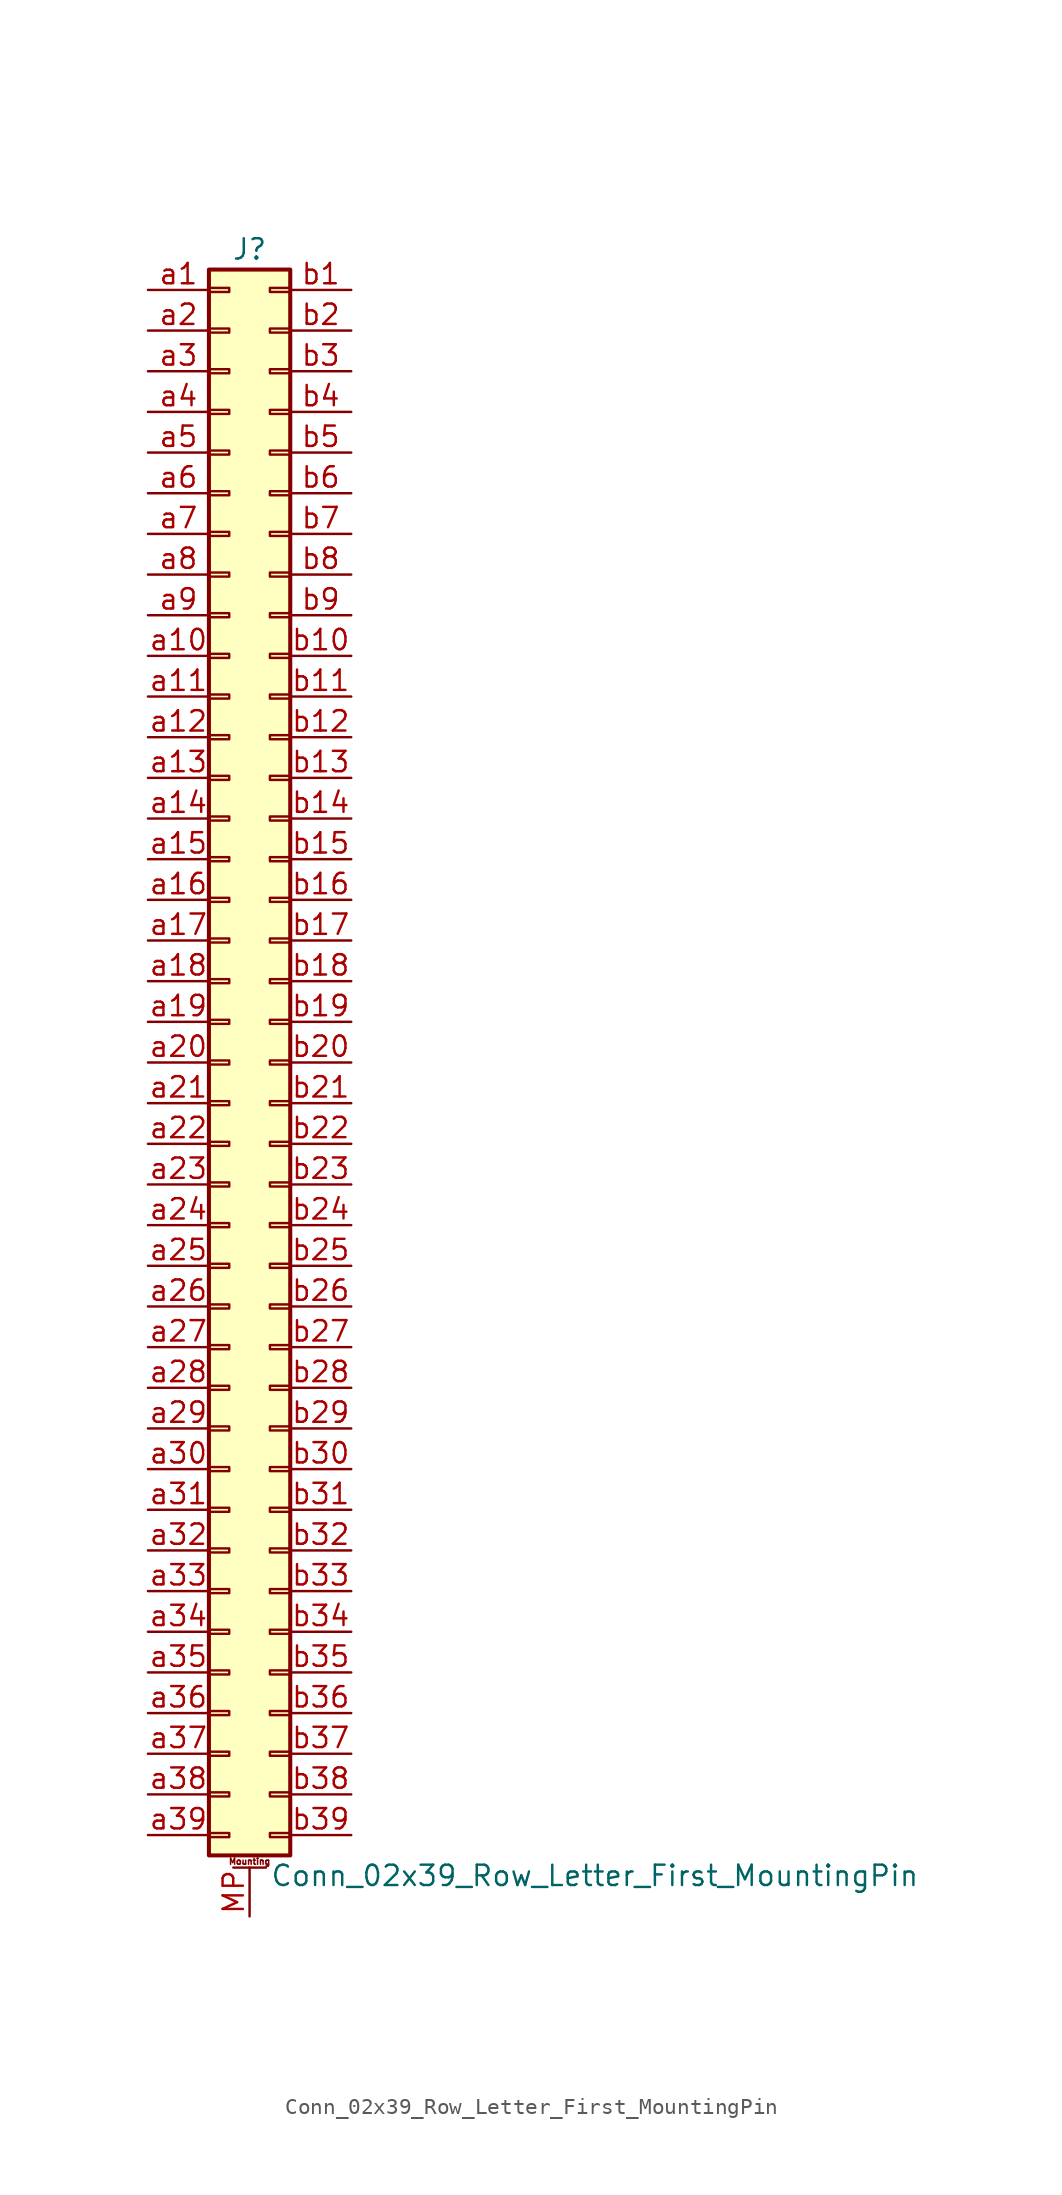
<source format=kicad_sym>
(kicad_symbol_lib
  (version 20201005)
  (generator kicad_symbol_editor)
  (symbol "Connector_Generic_MountingPin:Conn_02x39_Row_Letter_First_MountingPin"
    (pin_names
      (offset 1.016) hide)
    (property "Reference" "J"
      (at 1.27 50.8 0)
      (effects (font (size 1.27 1.27))))
    (property "Value" "Conn_02x39_Row_Letter_First_MountingPin"
      (at 2.54 -50.8 0)
      (effects (font (size 1.27 1.27)) (justify left)))
    (symbol "Conn_02x39_Row_Letter_First_MountingPin_1_1"
      (text "Mounting" (at 1.27 -49.911 0) (effects (font (size 0.381 0.381))))
      (rectangle (start -1.27 -27.813) (end 0 -28.067) (stroke (width 0.152)) (fill (type none)))
      (rectangle (start -1.27 -30.353) (end 0 -30.607) (stroke (width 0.152)) (fill (type none)))
      (rectangle (start -1.27 -32.893) (end 0 -33.147) (stroke (width 0.152)) (fill (type none)))
      (rectangle (start -1.27 -35.433) (end 0 -35.687) (stroke (width 0.152)) (fill (type none)))
      (rectangle (start -1.27 -37.973) (end 0 -38.227) (stroke (width 0.152)) (fill (type none)))
      (rectangle (start -1.27 -40.513) (end 0 -40.767) (stroke (width 0.152)) (fill (type none)))
      (rectangle (start -1.27 -43.053) (end 0 -43.307) (stroke (width 0.152)) (fill (type none)))
      (rectangle (start -1.27 -45.593) (end 0 -45.847) (stroke (width 0.152)) (fill (type none)))
      (rectangle (start -1.27 -48.133) (end 0 -48.387) (stroke (width 0.152)) (fill (type none)))
      (rectangle (start -1.27 -4.953) (end 0 -5.207) (stroke (width 0.152)) (fill (type none)))
      (rectangle (start -1.27 -7.493) (end 0 -7.747) (stroke (width 0.152)) (fill (type none)))
      (rectangle (start -1.27 -10.033) (end 0 -10.287) (stroke (width 0.152)) (fill (type none)))
      (rectangle (start -1.27 -12.573) (end 0 -12.827) (stroke (width 0.152)) (fill (type none)))
      (rectangle (start -1.27 -15.113) (end 0 -15.367) (stroke (width 0.152)) (fill (type none)))
      (rectangle (start -1.27 -17.653) (end 0 -17.907) (stroke (width 0.152)) (fill (type none)))
      (rectangle (start -1.27 -20.193) (end 0 -20.447) (stroke (width 0.152)) (fill (type none)))
      (rectangle (start -1.27 -22.733) (end 0 -22.987) (stroke (width 0.152)) (fill (type none)))
      (rectangle (start -1.27 -2.413) (end 0 -2.667) (stroke (width 0.152)) (fill (type none)))
      (rectangle (start -1.27 -25.273) (end 0 -25.527) (stroke (width 0.152)) (fill (type none)))
      (rectangle (start -1.27 25.527) (end 0 25.273) (stroke (width 0.152)) (fill (type none)))
      (rectangle (start -1.27 2.667) (end 0 2.413) (stroke (width 0.152)) (fill (type none)))
      (rectangle (start -1.27 28.067) (end 0 27.813) (stroke (width 0.152)) (fill (type none)))
      (rectangle (start -1.27 30.607) (end 0 30.353) (stroke (width 0.152)) (fill (type none)))
      (rectangle (start -1.27 33.147) (end 0 32.893) (stroke (width 0.152)) (fill (type none)))
      (rectangle (start -1.27 35.687) (end 0 35.433) (stroke (width 0.152)) (fill (type none)))
      (rectangle (start -1.27 38.227) (end 0 37.973) (stroke (width 0.152)) (fill (type none)))
      (rectangle (start -1.27 40.767) (end 0 40.513) (stroke (width 0.152)) (fill (type none)))
      (rectangle (start -1.27 43.307) (end 0 43.053) (stroke (width 0.152)) (fill (type none)))
      (rectangle (start -1.27 45.847) (end 0 45.593) (stroke (width 0.152)) (fill (type none)))
      (rectangle (start -1.27 48.387) (end 0 48.133) (stroke (width 0.152)) (fill (type none)))
      (rectangle (start -1.27 49.53) (end 3.81 -49.53) (stroke (width 0.254)) (fill (type background)))
      (rectangle (start -1.27 5.207) (end 0 4.953) (stroke (width 0.152)) (fill (type none)))
      (rectangle (start -1.27 7.747) (end 0 7.493) (stroke (width 0.152)) (fill (type none)))
      (rectangle (start -1.27 10.287) (end 0 10.033) (stroke (width 0.152)) (fill (type none)))
      (rectangle (start -1.27 0.127) (end 0 -0.127) (stroke (width 0.152)) (fill (type none)))
      (rectangle (start -1.27 12.827) (end 0 12.573) (stroke (width 0.152)) (fill (type none)))
      (rectangle (start -1.27 15.367) (end 0 15.113) (stroke (width 0.152)) (fill (type none)))
      (rectangle (start -1.27 17.907) (end 0 17.653) (stroke (width 0.152)) (fill (type none)))
      (rectangle (start -1.27 20.447) (end 0 20.193) (stroke (width 0.152)) (fill (type none)))
      (rectangle (start -1.27 22.987) (end 0 22.733) (stroke (width 0.152)) (fill (type none)))
      (rectangle (start 3.81 -27.813) (end 2.54 -28.067) (stroke (width 0.152)) (fill (type none)))
      (rectangle (start 3.81 -30.353) (end 2.54 -30.607) (stroke (width 0.152)) (fill (type none)))
      (rectangle (start 3.81 -32.893) (end 2.54 -33.147) (stroke (width 0.152)) (fill (type none)))
      (rectangle (start 3.81 -35.433) (end 2.54 -35.687) (stroke (width 0.152)) (fill (type none)))
      (rectangle (start 3.81 -37.973) (end 2.54 -38.227) (stroke (width 0.152)) (fill (type none)))
      (rectangle (start 3.81 -40.513) (end 2.54 -40.767) (stroke (width 0.152)) (fill (type none)))
      (rectangle (start 3.81 -43.053) (end 2.54 -43.307) (stroke (width 0.152)) (fill (type none)))
      (rectangle (start 3.81 -45.593) (end 2.54 -45.847) (stroke (width 0.152)) (fill (type none)))
      (rectangle (start 3.81 -48.133) (end 2.54 -48.387) (stroke (width 0.152)) (fill (type none)))
      (rectangle (start 3.81 -4.953) (end 2.54 -5.207) (stroke (width 0.152)) (fill (type none)))
      (rectangle (start 3.81 -7.493) (end 2.54 -7.747) (stroke (width 0.152)) (fill (type none)))
      (rectangle (start 3.81 -10.033) (end 2.54 -10.287) (stroke (width 0.152)) (fill (type none)))
      (rectangle (start 3.81 -12.573) (end 2.54 -12.827) (stroke (width 0.152)) (fill (type none)))
      (rectangle (start 3.81 -15.113) (end 2.54 -15.367) (stroke (width 0.152)) (fill (type none)))
      (rectangle (start 3.81 -17.653) (end 2.54 -17.907) (stroke (width 0.152)) (fill (type none)))
      (rectangle (start 3.81 -20.193) (end 2.54 -20.447) (stroke (width 0.152)) (fill (type none)))
      (rectangle (start 3.81 -22.733) (end 2.54 -22.987) (stroke (width 0.152)) (fill (type none)))
      (rectangle (start 3.81 -2.413) (end 2.54 -2.667) (stroke (width 0.152)) (fill (type none)))
      (rectangle (start 3.81 -25.273) (end 2.54 -25.527) (stroke (width 0.152)) (fill (type none)))
      (rectangle (start 3.81 25.527) (end 2.54 25.273) (stroke (width 0.152)) (fill (type none)))
      (rectangle (start 3.81 2.667) (end 2.54 2.413) (stroke (width 0.152)) (fill (type none)))
      (rectangle (start 3.81 28.067) (end 2.54 27.813) (stroke (width 0.152)) (fill (type none)))
      (rectangle (start 3.81 30.607) (end 2.54 30.353) (stroke (width 0.152)) (fill (type none)))
      (rectangle (start 3.81 33.147) (end 2.54 32.893) (stroke (width 0.152)) (fill (type none)))
      (rectangle (start 3.81 35.687) (end 2.54 35.433) (stroke (width 0.152)) (fill (type none)))
      (rectangle (start 3.81 38.227) (end 2.54 37.973) (stroke (width 0.152)) (fill (type none)))
      (rectangle (start 3.81 40.767) (end 2.54 40.513) (stroke (width 0.152)) (fill (type none)))
      (rectangle (start 3.81 43.307) (end 2.54 43.053) (stroke (width 0.152)) (fill (type none)))
      (rectangle (start 3.81 45.847) (end 2.54 45.593) (stroke (width 0.152)) (fill (type none)))
      (rectangle (start 3.81 48.387) (end 2.54 48.133) (stroke (width 0.152)) (fill (type none)))
      (rectangle (start 3.81 5.207) (end 2.54 4.953) (stroke (width 0.152)) (fill (type none)))
      (rectangle (start 3.81 7.747) (end 2.54 7.493) (stroke (width 0.152)) (fill (type none)))
      (rectangle (start 3.81 10.287) (end 2.54 10.033) (stroke (width 0.152)) (fill (type none)))
      (rectangle (start 3.81 0.127) (end 2.54 -0.127) (stroke (width 0.152)) (fill (type none)))
      (rectangle (start 3.81 12.827) (end 2.54 12.573) (stroke (width 0.152)) (fill (type none)))
      (rectangle (start 3.81 15.367) (end 2.54 15.113) (stroke (width 0.152)) (fill (type none)))
      (rectangle (start 3.81 17.907) (end 2.54 17.653) (stroke (width 0.152)) (fill (type none)))
      (rectangle (start 3.81 20.447) (end 2.54 20.193) (stroke (width 0.152)) (fill (type none)))
      (rectangle (start 3.81 22.987) (end 2.54 22.733) (stroke (width 0.152)) (fill (type none)))
      (polyline (pts (xy 0.254 -50.292) (xy 2.286 -50.292)) (stroke (width 0.152)) (fill (type none)))
      (pin passive line (at 1.27 -53.34 90) (length 3.048) (name "MountPin" (effects (font (size 1.27 1.27)))) (number "MP" (effects (font (size 1.27 1.27)))))
      (pin passive line (at -5.08 48.26 0) (length 3.81) (name "Pin_a1" (effects (font (size 1.27 1.27)))) (number "a1" (effects (font (size 1.27 1.27)))))
      (pin passive line (at -5.08 25.4 0) (length 3.81) (name "Pin_a10" (effects (font (size 1.27 1.27)))) (number "a10" (effects (font (size 1.27 1.27)))))
      (pin passive line (at -5.08 22.86 0) (length 3.81) (name "Pin_a11" (effects (font (size 1.27 1.27)))) (number "a11" (effects (font (size 1.27 1.27)))))
      (pin passive line (at -5.08 20.32 0) (length 3.81) (name "Pin_a12" (effects (font (size 1.27 1.27)))) (number "a12" (effects (font (size 1.27 1.27)))))
      (pin passive line (at -5.08 17.78 0) (length 3.81) (name "Pin_a13" (effects (font (size 1.27 1.27)))) (number "a13" (effects (font (size 1.27 1.27)))))
      (pin passive line (at -5.08 15.24 0) (length 3.81) (name "Pin_a14" (effects (font (size 1.27 1.27)))) (number "a14" (effects (font (size 1.27 1.27)))))
      (pin passive line (at -5.08 12.7 0) (length 3.81) (name "Pin_a15" (effects (font (size 1.27 1.27)))) (number "a15" (effects (font (size 1.27 1.27)))))
      (pin passive line (at -5.08 10.16 0) (length 3.81) (name "Pin_a16" (effects (font (size 1.27 1.27)))) (number "a16" (effects (font (size 1.27 1.27)))))
      (pin passive line (at -5.08 7.62 0) (length 3.81) (name "Pin_a17" (effects (font (size 1.27 1.27)))) (number "a17" (effects (font (size 1.27 1.27)))))
      (pin passive line (at -5.08 5.08 0) (length 3.81) (name "Pin_a18" (effects (font (size 1.27 1.27)))) (number "a18" (effects (font (size 1.27 1.27)))))
      (pin passive line (at -5.08 2.54 0) (length 3.81) (name "Pin_a19" (effects (font (size 1.27 1.27)))) (number "a19" (effects (font (size 1.27 1.27)))))
      (pin passive line (at -5.08 45.72 0) (length 3.81) (name "Pin_a2" (effects (font (size 1.27 1.27)))) (number "a2" (effects (font (size 1.27 1.27)))))
      (pin passive line (at -5.08 0 0) (length 3.81) (name "Pin_a20" (effects (font (size 1.27 1.27)))) (number "a20" (effects (font (size 1.27 1.27)))))
      (pin passive line (at -5.08 -2.54 0) (length 3.81) (name "Pin_a21" (effects (font (size 1.27 1.27)))) (number "a21" (effects (font (size 1.27 1.27)))))
      (pin passive line (at -5.08 -5.08 0) (length 3.81) (name "Pin_a22" (effects (font (size 1.27 1.27)))) (number "a22" (effects (font (size 1.27 1.27)))))
      (pin passive line (at -5.08 -7.62 0) (length 3.81) (name "Pin_a23" (effects (font (size 1.27 1.27)))) (number "a23" (effects (font (size 1.27 1.27)))))
      (pin passive line (at -5.08 -10.16 0) (length 3.81) (name "Pin_a24" (effects (font (size 1.27 1.27)))) (number "a24" (effects (font (size 1.27 1.27)))))
      (pin passive line (at -5.08 -12.7 0) (length 3.81) (name "Pin_a25" (effects (font (size 1.27 1.27)))) (number "a25" (effects (font (size 1.27 1.27)))))
      (pin passive line (at -5.08 -15.24 0) (length 3.81) (name "Pin_a26" (effects (font (size 1.27 1.27)))) (number "a26" (effects (font (size 1.27 1.27)))))
      (pin passive line (at -5.08 -17.78 0) (length 3.81) (name "Pin_a27" (effects (font (size 1.27 1.27)))) (number "a27" (effects (font (size 1.27 1.27)))))
      (pin passive line (at -5.08 -20.32 0) (length 3.81) (name "Pin_a28" (effects (font (size 1.27 1.27)))) (number "a28" (effects (font (size 1.27 1.27)))))
      (pin passive line (at -5.08 -22.86 0) (length 3.81) (name "Pin_a29" (effects (font (size 1.27 1.27)))) (number "a29" (effects (font (size 1.27 1.27)))))
      (pin passive line (at -5.08 43.18 0) (length 3.81) (name "Pin_a3" (effects (font (size 1.27 1.27)))) (number "a3" (effects (font (size 1.27 1.27)))))
      (pin passive line (at -5.08 -25.4 0) (length 3.81) (name "Pin_a30" (effects (font (size 1.27 1.27)))) (number "a30" (effects (font (size 1.27 1.27)))))
      (pin passive line (at -5.08 -27.94 0) (length 3.81) (name "Pin_a31" (effects (font (size 1.27 1.27)))) (number "a31" (effects (font (size 1.27 1.27)))))
      (pin passive line (at -5.08 -30.48 0) (length 3.81) (name "Pin_a32" (effects (font (size 1.27 1.27)))) (number "a32" (effects (font (size 1.27 1.27)))))
      (pin passive line (at -5.08 -33.02 0) (length 3.81) (name "Pin_a33" (effects (font (size 1.27 1.27)))) (number "a33" (effects (font (size 1.27 1.27)))))
      (pin passive line (at -5.08 -35.56 0) (length 3.81) (name "Pin_a34" (effects (font (size 1.27 1.27)))) (number "a34" (effects (font (size 1.27 1.27)))))
      (pin passive line (at -5.08 -38.1 0) (length 3.81) (name "Pin_a35" (effects (font (size 1.27 1.27)))) (number "a35" (effects (font (size 1.27 1.27)))))
      (pin passive line (at -5.08 -40.64 0) (length 3.81) (name "Pin_a36" (effects (font (size 1.27 1.27)))) (number "a36" (effects (font (size 1.27 1.27)))))
      (pin passive line (at -5.08 -43.18 0) (length 3.81) (name "Pin_a37" (effects (font (size 1.27 1.27)))) (number "a37" (effects (font (size 1.27 1.27)))))
      (pin passive line (at -5.08 -45.72 0) (length 3.81) (name "Pin_a38" (effects (font (size 1.27 1.27)))) (number "a38" (effects (font (size 1.27 1.27)))))
      (pin passive line (at -5.08 -48.26 0) (length 3.81) (name "Pin_a39" (effects (font (size 1.27 1.27)))) (number "a39" (effects (font (size 1.27 1.27)))))
      (pin passive line (at -5.08 40.64 0) (length 3.81) (name "Pin_a4" (effects (font (size 1.27 1.27)))) (number "a4" (effects (font (size 1.27 1.27)))))
      (pin passive line (at -5.08 38.1 0) (length 3.81) (name "Pin_a5" (effects (font (size 1.27 1.27)))) (number "a5" (effects (font (size 1.27 1.27)))))
      (pin passive line (at -5.08 35.56 0) (length 3.81) (name "Pin_a6" (effects (font (size 1.27 1.27)))) (number "a6" (effects (font (size 1.27 1.27)))))
      (pin passive line (at -5.08 33.02 0) (length 3.81) (name "Pin_a7" (effects (font (size 1.27 1.27)))) (number "a7" (effects (font (size 1.27 1.27)))))
      (pin passive line (at -5.08 30.48 0) (length 3.81) (name "Pin_a8" (effects (font (size 1.27 1.27)))) (number "a8" (effects (font (size 1.27 1.27)))))
      (pin passive line (at -5.08 27.94 0) (length 3.81) (name "Pin_a9" (effects (font (size 1.27 1.27)))) (number "a9" (effects (font (size 1.27 1.27)))))
      (pin passive line (at 7.62 48.26 180) (length 3.81) (name "Pin_b1" (effects (font (size 1.27 1.27)))) (number "b1" (effects (font (size 1.27 1.27)))))
      (pin passive line (at 7.62 25.4 180) (length 3.81) (name "Pin_b10" (effects (font (size 1.27 1.27)))) (number "b10" (effects (font (size 1.27 1.27)))))
      (pin passive line (at 7.62 22.86 180) (length 3.81) (name "Pin_b11" (effects (font (size 1.27 1.27)))) (number "b11" (effects (font (size 1.27 1.27)))))
      (pin passive line (at 7.62 20.32 180) (length 3.81) (name "Pin_b12" (effects (font (size 1.27 1.27)))) (number "b12" (effects (font (size 1.27 1.27)))))
      (pin passive line (at 7.62 17.78 180) (length 3.81) (name "Pin_b13" (effects (font (size 1.27 1.27)))) (number "b13" (effects (font (size 1.27 1.27)))))
      (pin passive line (at 7.62 15.24 180) (length 3.81) (name "Pin_b14" (effects (font (size 1.27 1.27)))) (number "b14" (effects (font (size 1.27 1.27)))))
      (pin passive line (at 7.62 12.7 180) (length 3.81) (name "Pin_b15" (effects (font (size 1.27 1.27)))) (number "b15" (effects (font (size 1.27 1.27)))))
      (pin passive line (at 7.62 10.16 180) (length 3.81) (name "Pin_b16" (effects (font (size 1.27 1.27)))) (number "b16" (effects (font (size 1.27 1.27)))))
      (pin passive line (at 7.62 7.62 180) (length 3.81) (name "Pin_b17" (effects (font (size 1.27 1.27)))) (number "b17" (effects (font (size 1.27 1.27)))))
      (pin passive line (at 7.62 5.08 180) (length 3.81) (name "Pin_b18" (effects (font (size 1.27 1.27)))) (number "b18" (effects (font (size 1.27 1.27)))))
      (pin passive line (at 7.62 2.54 180) (length 3.81) (name "Pin_b19" (effects (font (size 1.27 1.27)))) (number "b19" (effects (font (size 1.27 1.27)))))
      (pin passive line (at 7.62 45.72 180) (length 3.81) (name "Pin_b2" (effects (font (size 1.27 1.27)))) (number "b2" (effects (font (size 1.27 1.27)))))
      (pin passive line (at 7.62 0 180) (length 3.81) (name "Pin_b20" (effects (font (size 1.27 1.27)))) (number "b20" (effects (font (size 1.27 1.27)))))
      (pin passive line (at 7.62 -2.54 180) (length 3.81) (name "Pin_b21" (effects (font (size 1.27 1.27)))) (number "b21" (effects (font (size 1.27 1.27)))))
      (pin passive line (at 7.62 -5.08 180) (length 3.81) (name "Pin_b22" (effects (font (size 1.27 1.27)))) (number "b22" (effects (font (size 1.27 1.27)))))
      (pin passive line (at 7.62 -7.62 180) (length 3.81) (name "Pin_b23" (effects (font (size 1.27 1.27)))) (number "b23" (effects (font (size 1.27 1.27)))))
      (pin passive line (at 7.62 -10.16 180) (length 3.81) (name "Pin_b24" (effects (font (size 1.27 1.27)))) (number "b24" (effects (font (size 1.27 1.27)))))
      (pin passive line (at 7.62 -12.7 180) (length 3.81) (name "Pin_b25" (effects (font (size 1.27 1.27)))) (number "b25" (effects (font (size 1.27 1.27)))))
      (pin passive line (at 7.62 -15.24 180) (length 3.81) (name "Pin_b26" (effects (font (size 1.27 1.27)))) (number "b26" (effects (font (size 1.27 1.27)))))
      (pin passive line (at 7.62 -17.78 180) (length 3.81) (name "Pin_b27" (effects (font (size 1.27 1.27)))) (number "b27" (effects (font (size 1.27 1.27)))))
      (pin passive line (at 7.62 -20.32 180) (length 3.81) (name "Pin_b28" (effects (font (size 1.27 1.27)))) (number "b28" (effects (font (size 1.27 1.27)))))
      (pin passive line (at 7.62 -22.86 180) (length 3.81) (name "Pin_b29" (effects (font (size 1.27 1.27)))) (number "b29" (effects (font (size 1.27 1.27)))))
      (pin passive line (at 7.62 43.18 180) (length 3.81) (name "Pin_b3" (effects (font (size 1.27 1.27)))) (number "b3" (effects (font (size 1.27 1.27)))))
      (pin passive line (at 7.62 -25.4 180) (length 3.81) (name "Pin_b30" (effects (font (size 1.27 1.27)))) (number "b30" (effects (font (size 1.27 1.27)))))
      (pin passive line (at 7.62 -27.94 180) (length 3.81) (name "Pin_b31" (effects (font (size 1.27 1.27)))) (number "b31" (effects (font (size 1.27 1.27)))))
      (pin passive line (at 7.62 -30.48 180) (length 3.81) (name "Pin_b32" (effects (font (size 1.27 1.27)))) (number "b32" (effects (font (size 1.27 1.27)))))
      (pin passive line (at 7.62 -33.02 180) (length 3.81) (name "Pin_b33" (effects (font (size 1.27 1.27)))) (number "b33" (effects (font (size 1.27 1.27)))))
      (pin passive line (at 7.62 -35.56 180) (length 3.81) (name "Pin_b34" (effects (font (size 1.27 1.27)))) (number "b34" (effects (font (size 1.27 1.27)))))
      (pin passive line (at 7.62 -38.1 180) (length 3.81) (name "Pin_b35" (effects (font (size 1.27 1.27)))) (number "b35" (effects (font (size 1.27 1.27)))))
      (pin passive line (at 7.62 -40.64 180) (length 3.81) (name "Pin_b36" (effects (font (size 1.27 1.27)))) (number "b36" (effects (font (size 1.27 1.27)))))
      (pin passive line (at 7.62 -43.18 180) (length 3.81) (name "Pin_b37" (effects (font (size 1.27 1.27)))) (number "b37" (effects (font (size 1.27 1.27)))))
      (pin passive line (at 7.62 -45.72 180) (length 3.81) (name "Pin_b38" (effects (font (size 1.27 1.27)))) (number "b38" (effects (font (size 1.27 1.27)))))
      (pin passive line (at 7.62 -48.26 180) (length 3.81) (name "Pin_b39" (effects (font (size 1.27 1.27)))) (number "b39" (effects (font (size 1.27 1.27)))))
      (pin passive line (at 7.62 40.64 180) (length 3.81) (name "Pin_b4" (effects (font (size 1.27 1.27)))) (number "b4" (effects (font (size 1.27 1.27)))))
      (pin passive line (at 7.62 38.1 180) (length 3.81) (name "Pin_b5" (effects (font (size 1.27 1.27)))) (number "b5" (effects (font (size 1.27 1.27)))))
      (pin passive line (at 7.62 35.56 180) (length 3.81) (name "Pin_b6" (effects (font (size 1.27 1.27)))) (number "b6" (effects (font (size 1.27 1.27)))))
      (pin passive line (at 7.62 33.02 180) (length 3.81) (name "Pin_b7" (effects (font (size 1.27 1.27)))) (number "b7" (effects (font (size 1.27 1.27)))))
      (pin passive line (at 7.62 30.48 180) (length 3.81) (name "Pin_b8" (effects (font (size 1.27 1.27)))) (number "b8" (effects (font (size 1.27 1.27)))))
      (pin passive line (at 7.62 27.94 180) (length 3.81) (name "Pin_b9" (effects (font (size 1.27 1.27)))) (number "b9" (effects (font (size 1.27 1.27))))))))
</source>
